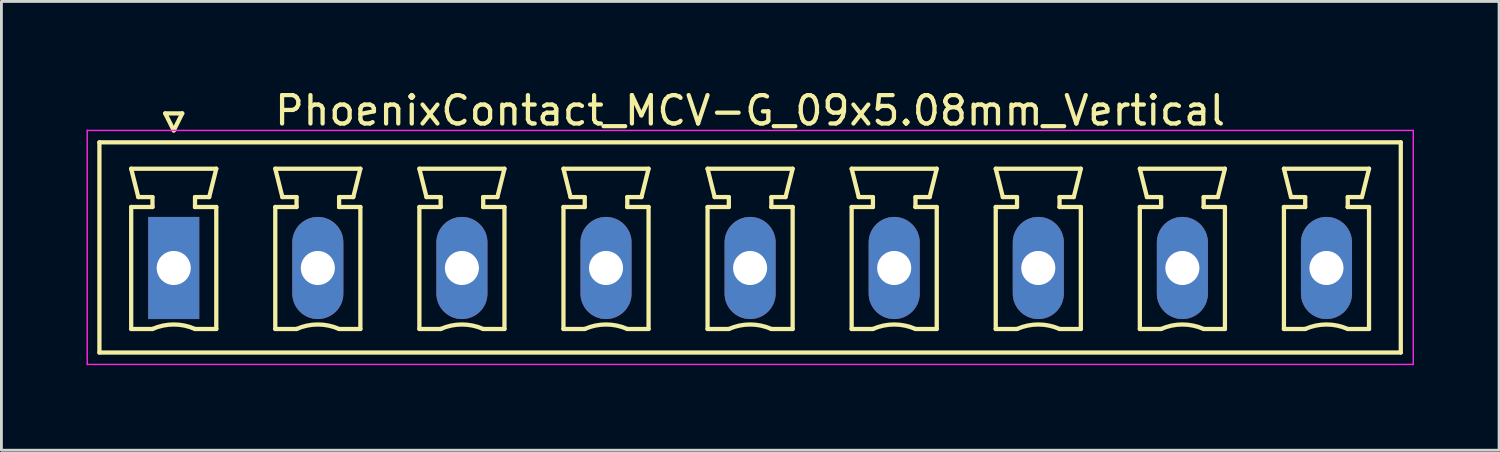
<source format=kicad_pcb>
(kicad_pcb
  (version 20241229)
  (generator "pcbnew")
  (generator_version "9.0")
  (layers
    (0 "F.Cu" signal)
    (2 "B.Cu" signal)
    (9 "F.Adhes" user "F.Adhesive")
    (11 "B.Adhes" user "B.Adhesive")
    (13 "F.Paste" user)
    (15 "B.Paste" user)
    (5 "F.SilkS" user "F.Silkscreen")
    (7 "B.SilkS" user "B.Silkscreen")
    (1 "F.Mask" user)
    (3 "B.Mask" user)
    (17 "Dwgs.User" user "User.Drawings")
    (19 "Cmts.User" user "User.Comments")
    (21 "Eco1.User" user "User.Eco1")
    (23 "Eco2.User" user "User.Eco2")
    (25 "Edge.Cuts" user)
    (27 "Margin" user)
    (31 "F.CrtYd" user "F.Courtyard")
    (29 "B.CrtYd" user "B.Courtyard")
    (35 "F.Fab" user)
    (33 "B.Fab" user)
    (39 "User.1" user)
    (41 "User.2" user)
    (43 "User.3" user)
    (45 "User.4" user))
  (footprint "PhoenixContact_MCV-G_09x5.08mm_Vertical"
    (layer "F.Cu")
    (at 3.075 6.398)
    (property "Reference" "PhoenixContact_MCV-G_09x5.08mm_Vertical" (at 20.32 -5.55 0) (layer "F.SilkS") (effects (font (size 1 1) (thickness 0.15))))
    (attr through_hole)
    (fp_line (start -2.62 -4.43) (end -2.62 2.98) (stroke (width 0.15) (type solid)) (layer "F.SilkS"))
    (fp_line (start -2.62 2.98) (end 43.26 2.98) (stroke (width 0.15) (type solid)) (layer "F.SilkS"))
    (fp_line (start -1.5 -3.5) (end 1.5 -3.5) (stroke (width 0.15) (type solid)) (layer "F.SilkS"))
    (fp_line (start -1.5 -2.15) (end -0.75 -2.15) (stroke (width 0.15) (type solid)) (layer "F.SilkS"))
    (fp_line (start -1.5 2.15) (end -1.5 -2.15) (stroke (width 0.15) (type solid)) (layer "F.SilkS"))
    (fp_line (start -1.25 -2.5) (end -1.5 -3.5) (stroke (width 0.15) (type solid)) (layer "F.SilkS"))
    (fp_line (start -0.75 -2.5) (end -1.25 -2.5) (stroke (width 0.15) (type solid)) (layer "F.SilkS"))
    (fp_line (start -0.75 -2.15) (end -0.75 -2.5) (stroke (width 0.15) (type solid)) (layer "F.SilkS"))
    (fp_line (start -0.75 2.15) (end -1.5 2.15) (stroke (width 0.15) (type solid)) (layer "F.SilkS"))
    (fp_line (start -0.3 -5.45) (end 0 -4.85) (stroke (width 0.15) (type solid)) (layer "F.SilkS"))
    (fp_line (start 0 -4.85) (end 0.3 -5.45) (stroke (width 0.15) (type solid)) (layer "F.SilkS"))
    (fp_line (start 0.3 -5.45) (end -0.3 -5.45) (stroke (width 0.15) (type solid)) (layer "F.SilkS"))
    (fp_line (start 0.75 -2.5) (end 0.75 -2.15) (stroke (width 0.15) (type solid)) (layer "F.SilkS"))
    (fp_line (start 0.75 -2.15) (end 0.75 -2.15) (stroke (width 0.15) (type solid)) (layer "F.SilkS"))
    (fp_line (start 0.75 -2.15) (end 1.5 -2.15) (stroke (width 0.15) (type solid)) (layer "F.SilkS"))
    (fp_line (start 1.25 -2.5) (end 0.75 -2.5) (stroke (width 0.15) (type solid)) (layer "F.SilkS"))
    (fp_line (start 1.5 -3.5) (end 1.25 -2.5) (stroke (width 0.15) (type solid)) (layer "F.SilkS"))
    (fp_line (start 1.5 -2.15) (end 1.5 2.15) (stroke (width 0.15) (type solid)) (layer "F.SilkS"))
    (fp_line (start 1.5 2.15) (end 0.75 2.15) (stroke (width 0.15) (type solid)) (layer "F.SilkS"))
    (fp_line (start 3.58 -3.5) (end 6.58 -3.5) (stroke (width 0.15) (type solid)) (layer "F.SilkS"))
    (fp_line (start 3.58 -2.15) (end 4.33 -2.15) (stroke (width 0.15) (type solid)) (layer "F.SilkS"))
    (fp_line (start 3.58 2.15) (end 3.58 -2.15) (stroke (width 0.15) (type solid)) (layer "F.SilkS"))
    (fp_line (start 3.83 -2.5) (end 3.58 -3.5) (stroke (width 0.15) (type solid)) (layer "F.SilkS"))
    (fp_line (start 4.33 -2.5) (end 3.83 -2.5) (stroke (width 0.15) (type solid)) (layer "F.SilkS"))
    (fp_line (start 4.33 -2.15) (end 4.33 -2.5) (stroke (width 0.15) (type solid)) (layer "F.SilkS"))
    (fp_line (start 4.33 2.15) (end 3.58 2.15) (stroke (width 0.15) (type solid)) (layer "F.SilkS"))
    (fp_line (start 5.83 -2.5) (end 5.83 -2.15) (stroke (width 0.15) (type solid)) (layer "F.SilkS"))
    (fp_line (start 5.83 -2.15) (end 5.83 -2.15) (stroke (width 0.15) (type solid)) (layer "F.SilkS"))
    (fp_line (start 5.83 -2.15) (end 6.58 -2.15) (stroke (width 0.15) (type solid)) (layer "F.SilkS"))
    (fp_line (start 6.33 -2.5) (end 5.83 -2.5) (stroke (width 0.15) (type solid)) (layer "F.SilkS"))
    (fp_line (start 6.58 -3.5) (end 6.33 -2.5) (stroke (width 0.15) (type solid)) (layer "F.SilkS"))
    (fp_line (start 6.58 -2.15) (end 6.58 2.15) (stroke (width 0.15) (type solid)) (layer "F.SilkS"))
    (fp_line (start 6.58 2.15) (end 5.83 2.15) (stroke (width 0.15) (type solid)) (layer "F.SilkS"))
    (fp_line (start 8.66 -3.5) (end 11.66 -3.5) (stroke (width 0.15) (type solid)) (layer "F.SilkS"))
    (fp_line (start 8.66 -2.15) (end 9.41 -2.15) (stroke (width 0.15) (type solid)) (layer "F.SilkS"))
    (fp_line (start 8.66 2.15) (end 8.66 -2.15) (stroke (width 0.15) (type solid)) (layer "F.SilkS"))
    (fp_line (start 8.91 -2.5) (end 8.66 -3.5) (stroke (width 0.15) (type solid)) (layer "F.SilkS"))
    (fp_line (start 9.41 -2.5) (end 8.91 -2.5) (stroke (width 0.15) (type solid)) (layer "F.SilkS"))
    (fp_line (start 9.41 -2.15) (end 9.41 -2.5) (stroke (width 0.15) (type solid)) (layer "F.SilkS"))
    (fp_line (start 9.41 2.15) (end 8.66 2.15) (stroke (width 0.15) (type solid)) (layer "F.SilkS"))
    (fp_line (start 10.91 -2.5) (end 10.91 -2.15) (stroke (width 0.15) (type solid)) (layer "F.SilkS"))
    (fp_line (start 10.91 -2.15) (end 10.91 -2.15) (stroke (width 0.15) (type solid)) (layer "F.SilkS"))
    (fp_line (start 10.91 -2.15) (end 11.66 -2.15) (stroke (width 0.15) (type solid)) (layer "F.SilkS"))
    (fp_line (start 11.41 -2.5) (end 10.91 -2.5) (stroke (width 0.15) (type solid)) (layer "F.SilkS"))
    (fp_line (start 11.66 -3.5) (end 11.41 -2.5) (stroke (width 0.15) (type solid)) (layer "F.SilkS"))
    (fp_line (start 11.66 -2.15) (end 11.66 2.15) (stroke (width 0.15) (type solid)) (layer "F.SilkS"))
    (fp_line (start 11.66 2.15) (end 10.91 2.15) (stroke (width 0.15) (type solid)) (layer "F.SilkS"))
    (fp_line (start 13.74 -3.5) (end 16.74 -3.5) (stroke (width 0.15) (type solid)) (layer "F.SilkS"))
    (fp_line (start 13.74 -2.15) (end 14.49 -2.15) (stroke (width 0.15) (type solid)) (layer "F.SilkS"))
    (fp_line (start 13.74 2.15) (end 13.74 -2.15) (stroke (width 0.15) (type solid)) (layer "F.SilkS"))
    (fp_line (start 13.99 -2.5) (end 13.74 -3.5) (stroke (width 0.15) (type solid)) (layer "F.SilkS"))
    (fp_line (start 14.49 -2.5) (end 13.99 -2.5) (stroke (width 0.15) (type solid)) (layer "F.SilkS"))
    (fp_line (start 14.49 -2.15) (end 14.49 -2.5) (stroke (width 0.15) (type solid)) (layer "F.SilkS"))
    (fp_line (start 14.49 2.15) (end 13.74 2.15) (stroke (width 0.15) (type solid)) (layer "F.SilkS"))
    (fp_line (start 15.99 -2.5) (end 15.99 -2.15) (stroke (width 0.15) (type solid)) (layer "F.SilkS"))
    (fp_line (start 15.99 -2.15) (end 15.99 -2.15) (stroke (width 0.15) (type solid)) (layer "F.SilkS"))
    (fp_line (start 15.99 -2.15) (end 16.74 -2.15) (stroke (width 0.15) (type solid)) (layer "F.SilkS"))
    (fp_line (start 16.49 -2.5) (end 15.99 -2.5) (stroke (width 0.15) (type solid)) (layer "F.SilkS"))
    (fp_line (start 16.74 -3.5) (end 16.49 -2.5) (stroke (width 0.15) (type solid)) (layer "F.SilkS"))
    (fp_line (start 16.74 -2.15) (end 16.74 2.15) (stroke (width 0.15) (type solid)) (layer "F.SilkS"))
    (fp_line (start 16.74 2.15) (end 15.99 2.15) (stroke (width 0.15) (type solid)) (layer "F.SilkS"))
    (fp_line (start 18.82 -3.5) (end 21.82 -3.5) (stroke (width 0.15) (type solid)) (layer "F.SilkS"))
    (fp_line (start 18.82 -2.15) (end 19.57 -2.15) (stroke (width 0.15) (type solid)) (layer "F.SilkS"))
    (fp_line (start 18.82 2.15) (end 18.82 -2.15) (stroke (width 0.15) (type solid)) (layer "F.SilkS"))
    (fp_line (start 19.07 -2.5) (end 18.82 -3.5) (stroke (width 0.15) (type solid)) (layer "F.SilkS"))
    (fp_line (start 19.57 -2.5) (end 19.07 -2.5) (stroke (width 0.15) (type solid)) (layer "F.SilkS"))
    (fp_line (start 19.57 -2.15) (end 19.57 -2.5) (stroke (width 0.15) (type solid)) (layer "F.SilkS"))
    (fp_line (start 19.57 2.15) (end 18.82 2.15) (stroke (width 0.15) (type solid)) (layer "F.SilkS"))
    (fp_line (start 21.07 -2.5) (end 21.07 -2.15) (stroke (width 0.15) (type solid)) (layer "F.SilkS"))
    (fp_line (start 21.07 -2.15) (end 21.07 -2.15) (stroke (width 0.15) (type solid)) (layer "F.SilkS"))
    (fp_line (start 21.07 -2.15) (end 21.82 -2.15) (stroke (width 0.15) (type solid)) (layer "F.SilkS"))
    (fp_line (start 21.57 -2.5) (end 21.07 -2.5) (stroke (width 0.15) (type solid)) (layer "F.SilkS"))
    (fp_line (start 21.82 -3.5) (end 21.57 -2.5) (stroke (width 0.15) (type solid)) (layer "F.SilkS"))
    (fp_line (start 21.82 -2.15) (end 21.82 2.15) (stroke (width 0.15) (type solid)) (layer "F.SilkS"))
    (fp_line (start 21.82 2.15) (end 21.07 2.15) (stroke (width 0.15) (type solid)) (layer "F.SilkS"))
    (fp_line (start 23.9 -3.5) (end 26.9 -3.5) (stroke (width 0.15) (type solid)) (layer "F.SilkS"))
    (fp_line (start 23.9 -2.15) (end 24.65 -2.15) (stroke (width 0.15) (type solid)) (layer "F.SilkS"))
    (fp_line (start 23.9 2.15) (end 23.9 -2.15) (stroke (width 0.15) (type solid)) (layer "F.SilkS"))
    (fp_line (start 24.15 -2.5) (end 23.9 -3.5) (stroke (width 0.15) (type solid)) (layer "F.SilkS"))
    (fp_line (start 24.65 -2.5) (end 24.15 -2.5) (stroke (width 0.15) (type solid)) (layer "F.SilkS"))
    (fp_line (start 24.65 -2.15) (end 24.65 -2.5) (stroke (width 0.15) (type solid)) (layer "F.SilkS"))
    (fp_line (start 24.65 2.15) (end 23.9 2.15) (stroke (width 0.15) (type solid)) (layer "F.SilkS"))
    (fp_line (start 26.15 -2.5) (end 26.15 -2.15) (stroke (width 0.15) (type solid)) (layer "F.SilkS"))
    (fp_line (start 26.15 -2.15) (end 26.15 -2.15) (stroke (width 0.15) (type solid)) (layer "F.SilkS"))
    (fp_line (start 26.15 -2.15) (end 26.9 -2.15) (stroke (width 0.15) (type solid)) (layer "F.SilkS"))
    (fp_line (start 26.65 -2.5) (end 26.15 -2.5) (stroke (width 0.15) (type solid)) (layer "F.SilkS"))
    (fp_line (start 26.9 -3.5) (end 26.65 -2.5) (stroke (width 0.15) (type solid)) (layer "F.SilkS"))
    (fp_line (start 26.9 -2.15) (end 26.9 2.15) (stroke (width 0.15) (type solid)) (layer "F.SilkS"))
    (fp_line (start 26.9 2.15) (end 26.15 2.15) (stroke (width 0.15) (type solid)) (layer "F.SilkS"))
    (fp_line (start 28.98 -3.5) (end 31.98 -3.5) (stroke (width 0.15) (type solid)) (layer "F.SilkS"))
    (fp_line (start 28.98 -2.15) (end 29.73 -2.15) (stroke (width 0.15) (type solid)) (layer "F.SilkS"))
    (fp_line (start 28.98 2.15) (end 28.98 -2.15) (stroke (width 0.15) (type solid)) (layer "F.SilkS"))
    (fp_line (start 29.23 -2.5) (end 28.98 -3.5) (stroke (width 0.15) (type solid)) (layer "F.SilkS"))
    (fp_line (start 29.73 -2.5) (end 29.23 -2.5) (stroke (width 0.15) (type solid)) (layer "F.SilkS"))
    (fp_line (start 29.73 -2.15) (end 29.73 -2.5) (stroke (width 0.15) (type solid)) (layer "F.SilkS"))
    (fp_line (start 29.73 2.15) (end 28.98 2.15) (stroke (width 0.15) (type solid)) (layer "F.SilkS"))
    (fp_line (start 31.23 -2.5) (end 31.23 -2.15) (stroke (width 0.15) (type solid)) (layer "F.SilkS"))
    (fp_line (start 31.23 -2.15) (end 31.23 -2.15) (stroke (width 0.15) (type solid)) (layer "F.SilkS"))
    (fp_line (start 31.23 -2.15) (end 31.98 -2.15) (stroke (width 0.15) (type solid)) (layer "F.SilkS"))
    (fp_line (start 31.73 -2.5) (end 31.23 -2.5) (stroke (width 0.15) (type solid)) (layer "F.SilkS"))
    (fp_line (start 31.98 -3.5) (end 31.73 -2.5) (stroke (width 0.15) (type solid)) (layer "F.SilkS"))
    (fp_line (start 31.98 -2.15) (end 31.98 2.15) (stroke (width 0.15) (type solid)) (layer "F.SilkS"))
    (fp_line (start 31.98 2.15) (end 31.23 2.15) (stroke (width 0.15) (type solid)) (layer "F.SilkS"))
    (fp_line (start 34.06 -3.5) (end 37.06 -3.5) (stroke (width 0.15) (type solid)) (layer "F.SilkS"))
    (fp_line (start 34.06 -2.15) (end 34.81 -2.15) (stroke (width 0.15) (type solid)) (layer "F.SilkS"))
    (fp_line (start 34.06 2.15) (end 34.06 -2.15) (stroke (width 0.15) (type solid)) (layer "F.SilkS"))
    (fp_line (start 34.31 -2.5) (end 34.06 -3.5) (stroke (width 0.15) (type solid)) (layer "F.SilkS"))
    (fp_line (start 34.81 -2.5) (end 34.31 -2.5) (stroke (width 0.15) (type solid)) (layer "F.SilkS"))
    (fp_line (start 34.81 -2.15) (end 34.81 -2.5) (stroke (width 0.15) (type solid)) (layer "F.SilkS"))
    (fp_line (start 34.81 2.15) (end 34.06 2.15) (stroke (width 0.15) (type solid)) (layer "F.SilkS"))
    (fp_line (start 36.31 -2.5) (end 36.31 -2.15) (stroke (width 0.15) (type solid)) (layer "F.SilkS"))
    (fp_line (start 36.31 -2.15) (end 36.31 -2.15) (stroke (width 0.15) (type solid)) (layer "F.SilkS"))
    (fp_line (start 36.31 -2.15) (end 37.06 -2.15) (stroke (width 0.15) (type solid)) (layer "F.SilkS"))
    (fp_line (start 36.81 -2.5) (end 36.31 -2.5) (stroke (width 0.15) (type solid)) (layer "F.SilkS"))
    (fp_line (start 37.06 -3.5) (end 36.81 -2.5) (stroke (width 0.15) (type solid)) (layer "F.SilkS"))
    (fp_line (start 37.06 -2.15) (end 37.06 2.15) (stroke (width 0.15) (type solid)) (layer "F.SilkS"))
    (fp_line (start 37.06 2.15) (end 36.31 2.15) (stroke (width 0.15) (type solid)) (layer "F.SilkS"))
    (fp_line (start 39.14 -3.5) (end 42.14 -3.5) (stroke (width 0.15) (type solid)) (layer "F.SilkS"))
    (fp_line (start 39.14 -2.15) (end 39.89 -2.15) (stroke (width 0.15) (type solid)) (layer "F.SilkS"))
    (fp_line (start 39.14 2.15) (end 39.14 -2.15) (stroke (width 0.15) (type solid)) (layer "F.SilkS"))
    (fp_line (start 39.39 -2.5) (end 39.14 -3.5) (stroke (width 0.15) (type solid)) (layer "F.SilkS"))
    (fp_line (start 39.89 -2.5) (end 39.39 -2.5) (stroke (width 0.15) (type solid)) (layer "F.SilkS"))
    (fp_line (start 39.89 -2.15) (end 39.89 -2.5) (stroke (width 0.15) (type solid)) (layer "F.SilkS"))
    (fp_line (start 39.89 2.15) (end 39.14 2.15) (stroke (width 0.15) (type solid)) (layer "F.SilkS"))
    (fp_line (start 41.39 -2.5) (end 41.39 -2.15) (stroke (width 0.15) (type solid)) (layer "F.SilkS"))
    (fp_line (start 41.39 -2.15) (end 41.39 -2.15) (stroke (width 0.15) (type solid)) (layer "F.SilkS"))
    (fp_line (start 41.39 -2.15) (end 42.14 -2.15) (stroke (width 0.15) (type solid)) (layer "F.SilkS"))
    (fp_line (start 41.89 -2.5) (end 41.39 -2.5) (stroke (width 0.15) (type solid)) (layer "F.SilkS"))
    (fp_line (start 42.14 -3.5) (end 41.89 -2.5) (stroke (width 0.15) (type solid)) (layer "F.SilkS"))
    (fp_line (start 42.14 -2.15) (end 42.14 2.15) (stroke (width 0.15) (type solid)) (layer "F.SilkS"))
    (fp_line (start 42.14 2.15) (end 41.39 2.15) (stroke (width 0.15) (type solid)) (layer "F.SilkS"))
    (fp_line (start 43.26 -4.43) (end -2.62 -4.43) (stroke (width 0.15) (type solid)) (layer "F.SilkS"))
    (fp_line (start 43.26 2.98) (end 43.26 -4.43) (stroke (width 0.15) (type solid)) (layer "F.SilkS"))
    (fp_arc (start -0.75 2.15) (mid -0.000193 1.99191) (end 0.749647 2.149844) (stroke (width 0.15) (type solid)) (layer "F.SilkS"))
    (fp_arc (start 4.33 2.15) (mid 5.079807 1.99191) (end 5.829647 2.149844) (stroke (width 0.15) (type solid)) (layer "F.SilkS"))
    (fp_arc (start 9.41 2.15) (mid 10.159807 1.99191) (end 10.909647 2.149844) (stroke (width 0.15) (type solid)) (layer "F.SilkS"))
    (fp_arc (start 14.49 2.15) (mid 15.239807 1.99191) (end 15.989647 2.149844) (stroke (width 0.15) (type solid)) (layer "F.SilkS"))
    (fp_arc (start 19.57 2.15) (mid 20.319807 1.99191) (end 21.069647 2.149844) (stroke (width 0.15) (type solid)) (layer "F.SilkS"))
    (fp_arc (start 24.65 2.15) (mid 25.399807 1.99191) (end 26.149647 2.149844) (stroke (width 0.15) (type solid)) (layer "F.SilkS"))
    (fp_arc (start 29.73 2.15) (mid 30.479807 1.99191) (end 31.229647 2.149844) (stroke (width 0.15) (type solid)) (layer "F.SilkS"))
    (fp_arc (start 34.81 2.15) (mid 35.559807 1.99191) (end 36.309647 2.149844) (stroke (width 0.15) (type solid)) (layer "F.SilkS"))
    (fp_arc (start 39.89 2.15) (mid 40.639807 1.99191) (end 41.389647 2.149844) (stroke (width 0.15) (type solid)) (layer "F.SilkS"))
    (fp_line (start -3.05 -4.85) (end -3.05 3.4) (stroke (width 0.05) (type solid)) (layer "F.CrtYd"))
    (fp_line (start -3.05 3.4) (end 43.7 3.4) (stroke (width 0.05) (type solid)) (layer "F.CrtYd"))
    (fp_line (start 43.7 -4.85) (end -3.05 -4.85) (stroke (width 0.05) (type solid)) (layer "F.CrtYd"))
    (fp_line (start 43.7 3.4) (end 43.7 -4.85) (stroke (width 0.05) (type solid)) (layer "F.CrtYd"))
    (pad "1" thru_hole rect (at 0 0) (size 1.8 3.6) (drill 1.2) (layers "*.Cu" "*.Mask"))
    (pad "2" thru_hole oval (at 5.08 0) (size 1.8 3.6) (drill 1.2) (layers "*.Cu" "*.Mask"))
    (pad "3" thru_hole oval (at 10.16 0) (size 1.8 3.6) (drill 1.2) (layers "*.Cu" "*.Mask"))
    (pad "4" thru_hole oval (at 15.24 0) (size 1.8 3.6) (drill 1.2) (layers "*.Cu" "*.Mask"))
    (pad "5" thru_hole oval (at 20.32 0) (size 1.8 3.6) (drill 1.2) (layers "*.Cu" "*.Mask"))
    (pad "6" thru_hole oval (at 25.4 0) (size 1.8 3.6) (drill 1.2) (layers "*.Cu" "*.Mask"))
    (pad "7" thru_hole oval (at 30.48 0) (size 1.8 3.6) (drill 1.2) (layers "*.Cu" "*.Mask"))
    (pad "8" thru_hole oval (at 35.56 0) (size 1.8 3.6) (drill 1.2) (layers "*.Cu" "*.Mask"))
    (pad "9" thru_hole oval (at 40.64 0) (size 1.8 3.6) (drill 1.2) (layers "*.Cu" "*.Mask")))
  (gr_rect
    (start -3 -3)
    (end 49.8 12.823)
    (stroke (width 0.1) (type default))
    (fill no)
    (layer "Edge.Cuts")))
</source>
